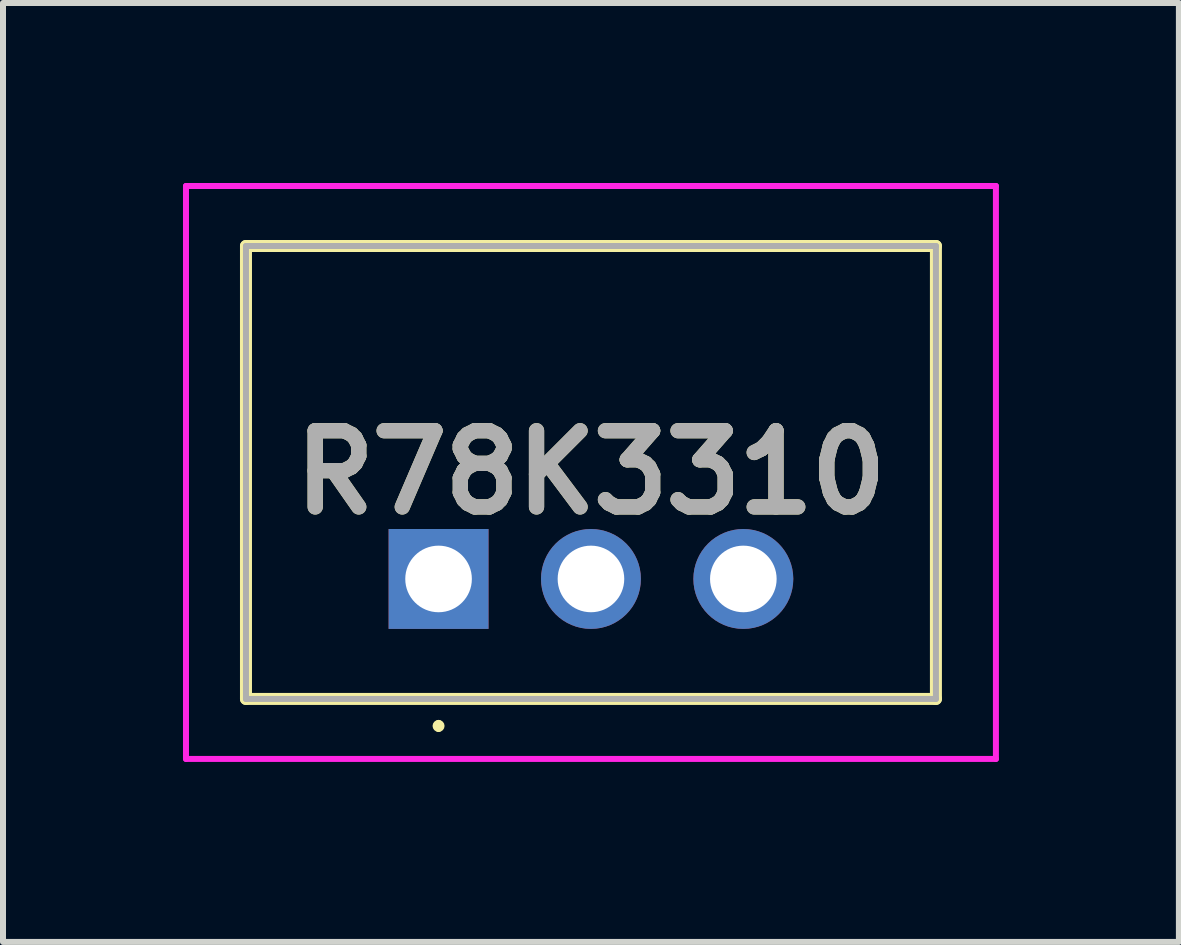
<source format=kicad_pcb>
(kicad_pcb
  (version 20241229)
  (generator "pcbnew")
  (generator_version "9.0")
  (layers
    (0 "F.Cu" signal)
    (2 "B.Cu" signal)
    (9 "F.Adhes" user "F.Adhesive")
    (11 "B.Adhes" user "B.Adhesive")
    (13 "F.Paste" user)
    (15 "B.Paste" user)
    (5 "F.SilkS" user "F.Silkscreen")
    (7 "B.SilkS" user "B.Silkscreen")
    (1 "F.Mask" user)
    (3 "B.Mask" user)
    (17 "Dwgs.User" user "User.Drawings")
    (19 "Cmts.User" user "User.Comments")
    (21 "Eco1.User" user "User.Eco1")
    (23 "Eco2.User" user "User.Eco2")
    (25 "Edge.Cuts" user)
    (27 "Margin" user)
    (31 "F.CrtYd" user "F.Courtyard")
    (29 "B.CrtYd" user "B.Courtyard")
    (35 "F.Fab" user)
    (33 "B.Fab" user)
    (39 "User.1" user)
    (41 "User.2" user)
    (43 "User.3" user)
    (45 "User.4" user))
  (footprint "R78K3310"
    (layer "F.Cu")
    (at 4.26 6.6)
    (property "Reference" "R78K3310" (at 2.54 -1.775 0) (layer "F.SilkS") (effects (font (size 1.27 1.27) (thickness 0.254))))
    (attr through_hole)
    (fp_line (start -3.21 -5.55) (end -3.21 2) (stroke (width 0.2) (type solid)) (layer "F.SilkS"))
    (fp_line (start -3.21 2) (end 8.29 2) (stroke (width 0.2) (type solid)) (layer "F.SilkS"))
    (fp_line (start 0 2.4) (end 0 2.4) (stroke (width 0.1) (type solid)) (layer "F.SilkS"))
    (fp_line (start 0 2.5) (end 0 2.5) (stroke (width 0.1) (type solid)) (layer "F.SilkS"))
    (fp_line (start 8.29 -5.55) (end -3.21 -5.55) (stroke (width 0.2) (type solid)) (layer "F.SilkS"))
    (fp_line (start 8.29 2) (end 8.29 -5.55) (stroke (width 0.2) (type solid)) (layer "F.SilkS"))
    (fp_arc (start 0 2.4) (mid 0.05 2.45) (end 0 2.5) (stroke (width 0.1) (type solid)) (layer "F.SilkS"))
    (fp_arc (start 0 2.5) (mid -0.05 2.45) (end 0 2.4) (stroke (width 0.1) (type solid)) (layer "F.SilkS"))
    (fp_line (start -4.21 -6.55) (end 9.29 -6.55) (stroke (width 0.1) (type solid)) (layer "F.CrtYd"))
    (fp_line (start -4.21 3) (end -4.21 -6.55) (stroke (width 0.1) (type solid)) (layer "F.CrtYd"))
    (fp_line (start 9.29 -6.55) (end 9.29 3) (stroke (width 0.1) (type solid)) (layer "F.CrtYd"))
    (fp_line (start 9.29 3) (end -4.21 3) (stroke (width 0.1) (type solid)) (layer "F.CrtYd"))
    (fp_line (start -3.21 -5.55) (end -3.21 2) (stroke (width 0.1) (type solid)) (layer "F.Fab"))
    (fp_line (start -3.21 2) (end 8.29 2) (stroke (width 0.1) (type solid)) (layer "F.Fab"))
    (fp_line (start 8.29 -5.55) (end -3.21 -5.55) (stroke (width 0.1) (type solid)) (layer "F.Fab"))
    (fp_line (start 8.29 2) (end 8.29 -5.55) (stroke (width 0.1) (type solid)) (layer "F.Fab"))
    (fp_text user "${REFERENCE}" (at 2.54 -1.775 0) (layer "F.Fab") (effects (font (size 1.27 1.27) (thickness 0.254))))
    (pad "1" thru_hole rect (at 0 0) (size 1.665 1.665) (drill 1.11) (layers "*.Cu" "*.Mask"))
    (pad "2" thru_hole circle (at 2.54 0) (size 1.665 1.665) (drill 1.11) (layers "*.Cu" "*.Mask"))
    (pad "3" thru_hole circle (at 5.08 0) (size 1.665 1.665) (drill 1.11) (layers "*.Cu" "*.Mask")))
  (gr_rect
    (start -3 -3)
    (end 16.6 12.65)
    (stroke (width 0.1) (type default))
    (fill no)
    (layer "Edge.Cuts")))
</source>
